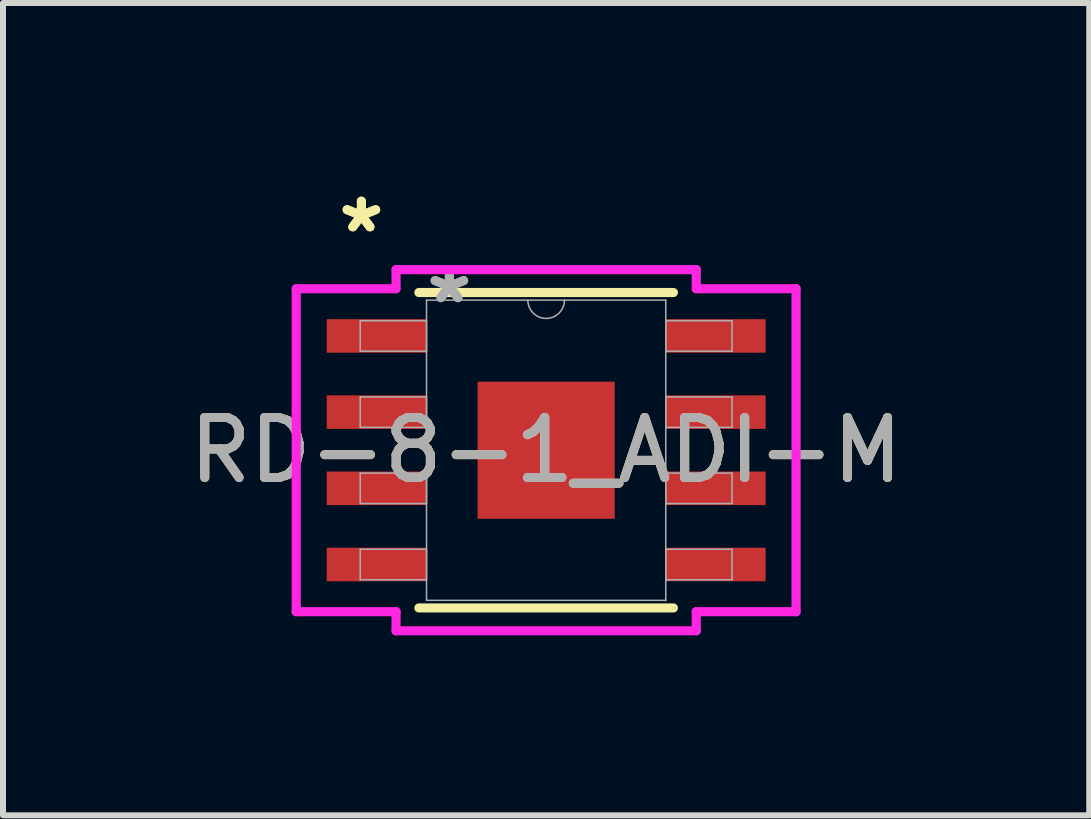
<source format=kicad_pcb>
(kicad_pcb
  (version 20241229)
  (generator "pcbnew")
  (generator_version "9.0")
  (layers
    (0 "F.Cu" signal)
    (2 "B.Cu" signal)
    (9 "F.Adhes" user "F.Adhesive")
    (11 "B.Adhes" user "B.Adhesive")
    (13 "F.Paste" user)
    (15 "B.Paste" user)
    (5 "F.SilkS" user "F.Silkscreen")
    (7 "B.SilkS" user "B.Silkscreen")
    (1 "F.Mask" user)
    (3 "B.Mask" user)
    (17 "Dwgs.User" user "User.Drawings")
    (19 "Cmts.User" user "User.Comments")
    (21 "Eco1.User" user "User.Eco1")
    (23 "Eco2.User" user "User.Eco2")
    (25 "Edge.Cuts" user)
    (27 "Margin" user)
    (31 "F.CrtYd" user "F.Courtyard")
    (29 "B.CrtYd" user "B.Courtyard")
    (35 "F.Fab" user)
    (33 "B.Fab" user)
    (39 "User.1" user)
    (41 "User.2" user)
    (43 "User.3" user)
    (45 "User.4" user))
  (footprint "RD-8-1_ADI-M"
    (layer "F.Cu")
    (at 6.054 4.455)
    (property "Reference" "RD-8-1_ADI-M" (at 0 0 0) (unlocked yes) (layer "F.SilkS") (effects (font (size 1 1) (thickness 0.15))))
    (attr smd)
    (fp_line (start -2.121 2.629) (end 2.121 2.629) (stroke (width 0.152) (type solid)) (layer "F.SilkS"))
    (fp_line (start 2.121 -2.629) (end -2.121 -2.629) (stroke (width 0.152) (type solid)) (layer "F.SilkS"))
    (fp_line (start -4.166 -2.692) (end -2.502 -2.692) (stroke (width 0.152) (type solid)) (layer "F.CrtYd"))
    (fp_line (start -4.166 2.692) (end -4.166 -2.692) (stroke (width 0.152) (type solid)) (layer "F.CrtYd"))
    (fp_line (start -4.166 2.692) (end -2.502 2.692) (stroke (width 0.152) (type solid)) (layer "F.CrtYd"))
    (fp_line (start -2.502 -3.01) (end 2.502 -3.01) (stroke (width 0.152) (type solid)) (layer "F.CrtYd"))
    (fp_line (start -2.502 -2.692) (end -2.502 -3.01) (stroke (width 0.152) (type solid)) (layer "F.CrtYd"))
    (fp_line (start -2.502 3.01) (end -2.502 2.692) (stroke (width 0.152) (type solid)) (layer "F.CrtYd"))
    (fp_line (start 2.502 -3.01) (end 2.502 -2.692) (stroke (width 0.152) (type solid)) (layer "F.CrtYd"))
    (fp_line (start 2.502 2.692) (end 2.502 3.01) (stroke (width 0.152) (type solid)) (layer "F.CrtYd"))
    (fp_line (start 2.502 3.01) (end -2.502 3.01) (stroke (width 0.152) (type solid)) (layer "F.CrtYd"))
    (fp_line (start 4.166 -2.692) (end 2.502 -2.692) (stroke (width 0.152) (type solid)) (layer "F.CrtYd"))
    (fp_line (start 4.166 -2.692) (end 4.166 2.692) (stroke (width 0.152) (type solid)) (layer "F.CrtYd"))
    (fp_line (start 4.166 2.692) (end 2.502 2.692) (stroke (width 0.152) (type solid)) (layer "F.CrtYd"))
    (fp_line (start -3.099 -2.159) (end -3.099 -1.651) (stroke (width 0.025) (type solid)) (layer "F.Fab"))
    (fp_line (start -3.099 -1.651) (end -1.994 -1.651) (stroke (width 0.025) (type solid)) (layer "F.Fab"))
    (fp_line (start -3.099 -0.889) (end -3.099 -0.381) (stroke (width 0.025) (type solid)) (layer "F.Fab"))
    (fp_line (start -3.099 -0.381) (end -1.994 -0.381) (stroke (width 0.025) (type solid)) (layer "F.Fab"))
    (fp_line (start -3.099 0.381) (end -3.099 0.889) (stroke (width 0.025) (type solid)) (layer "F.Fab"))
    (fp_line (start -3.099 0.889) (end -1.994 0.889) (stroke (width 0.025) (type solid)) (layer "F.Fab"))
    (fp_line (start -3.099 1.651) (end -3.099 2.159) (stroke (width 0.025) (type solid)) (layer "F.Fab"))
    (fp_line (start -3.099 2.159) (end -1.994 2.159) (stroke (width 0.025) (type solid)) (layer "F.Fab"))
    (fp_line (start -1.994 -2.502) (end -1.994 2.502) (stroke (width 0.025) (type solid)) (layer "F.Fab"))
    (fp_line (start -1.994 -2.159) (end -3.099 -2.159) (stroke (width 0.025) (type solid)) (layer "F.Fab"))
    (fp_line (start -1.994 -1.651) (end -1.994 -2.159) (stroke (width 0.025) (type solid)) (layer "F.Fab"))
    (fp_line (start -1.994 -0.889) (end -3.099 -0.889) (stroke (width 0.025) (type solid)) (layer "F.Fab"))
    (fp_line (start -1.994 -0.381) (end -1.994 -0.889) (stroke (width 0.025) (type solid)) (layer "F.Fab"))
    (fp_line (start -1.994 0.381) (end -3.099 0.381) (stroke (width 0.025) (type solid)) (layer "F.Fab"))
    (fp_line (start -1.994 0.889) (end -1.994 0.381) (stroke (width 0.025) (type solid)) (layer "F.Fab"))
    (fp_line (start -1.994 1.651) (end -3.099 1.651) (stroke (width 0.025) (type solid)) (layer "F.Fab"))
    (fp_line (start -1.994 2.159) (end -1.994 1.651) (stroke (width 0.025) (type solid)) (layer "F.Fab"))
    (fp_line (start -1.994 2.502) (end 1.994 2.502) (stroke (width 0.025) (type solid)) (layer "F.Fab"))
    (fp_line (start 1.994 -2.502) (end -1.994 -2.502) (stroke (width 0.025) (type solid)) (layer "F.Fab"))
    (fp_line (start 1.994 -2.159) (end 1.994 -1.651) (stroke (width 0.025) (type solid)) (layer "F.Fab"))
    (fp_line (start 1.994 -1.651) (end 3.099 -1.651) (stroke (width 0.025) (type solid)) (layer "F.Fab"))
    (fp_line (start 1.994 -0.889) (end 1.994 -0.381) (stroke (width 0.025) (type solid)) (layer "F.Fab"))
    (fp_line (start 1.994 -0.381) (end 3.099 -0.381) (stroke (width 0.025) (type solid)) (layer "F.Fab"))
    (fp_line (start 1.994 0.381) (end 1.994 0.889) (stroke (width 0.025) (type solid)) (layer "F.Fab"))
    (fp_line (start 1.994 0.889) (end 3.099 0.889) (stroke (width 0.025) (type solid)) (layer "F.Fab"))
    (fp_line (start 1.994 1.651) (end 1.994 2.159) (stroke (width 0.025) (type solid)) (layer "F.Fab"))
    (fp_line (start 1.994 2.159) (end 3.099 2.159) (stroke (width 0.025) (type solid)) (layer "F.Fab"))
    (fp_line (start 1.994 2.502) (end 1.994 -2.502) (stroke (width 0.025) (type solid)) (layer "F.Fab"))
    (fp_line (start 3.099 -2.159) (end 1.994 -2.159) (stroke (width 0.025) (type solid)) (layer "F.Fab"))
    (fp_line (start 3.099 -1.651) (end 3.099 -2.159) (stroke (width 0.025) (type solid)) (layer "F.Fab"))
    (fp_line (start 3.099 -0.889) (end 1.994 -0.889) (stroke (width 0.025) (type solid)) (layer "F.Fab"))
    (fp_line (start 3.099 -0.381) (end 3.099 -0.889) (stroke (width 0.025) (type solid)) (layer "F.Fab"))
    (fp_line (start 3.099 0.381) (end 1.994 0.381) (stroke (width 0.025) (type solid)) (layer "F.Fab"))
    (fp_line (start 3.099 0.889) (end 3.099 0.381) (stroke (width 0.025) (type solid)) (layer "F.Fab"))
    (fp_line (start 3.099 1.651) (end 1.994 1.651) (stroke (width 0.025) (type solid)) (layer "F.Fab"))
    (fp_line (start 3.099 2.159) (end 3.099 1.651) (stroke (width 0.025) (type solid)) (layer "F.Fab"))
    (fp_arc (start 0.3048 -2.5019) (mid 0 -2.1971) (end -0.3048 -2.5019) (stroke (width 0.0254) (type solid)) (layer "F.Fab"))
    (fp_text user "*" (at -3.08 -3.607 0) (unlocked yes) (layer "F.SilkS") (effects (font (size 1 1) (thickness 0.15))))
    (fp_text user "*" (at -3.08 -3.607 0) (layer "F.SilkS") (effects (font (size 1 1) (thickness 0.15))))
    (fp_text user "*" (at -1.613 -2.426 0) (unlocked yes) (layer "F.Fab") (effects (font (size 1 1) (thickness 0.15))))
    (fp_text user "*" (at -1.613 -2.426 0) (layer "F.Fab") (effects (font (size 1 1) (thickness 0.15))))
    (fp_text user "${REFERENCE}" (at 0 0 0) (unlocked yes) (layer "F.Fab") (effects (font (size 1 1) (thickness 0.15))))
    (pad "1" smd rect (at -2.826 -1.905) (size 1.664 0.559) (layers "F.Cu" "F.Mask" "F.Paste"))
    (pad "2" smd rect (at -2.826 -0.635) (size 1.664 0.559) (layers "F.Cu" "F.Mask" "F.Paste"))
    (pad "3" smd rect (at -2.826 0.635) (size 1.664 0.559) (layers "F.Cu" "F.Mask" "F.Paste"))
    (pad "4" smd rect (at -2.826 1.905) (size 1.664 0.559) (layers "F.Cu" "F.Mask" "F.Paste"))
    (pad "5" smd rect (at 2.826 1.905) (size 1.664 0.559) (layers "F.Cu" "F.Mask" "F.Paste"))
    (pad "6" smd rect (at 2.826 0.635) (size 1.664 0.559) (layers "F.Cu" "F.Mask" "F.Paste"))
    (pad "7" smd rect (at 2.826 -0.635) (size 1.664 0.559) (layers "F.Cu" "F.Mask" "F.Paste"))
    (pad "8" smd rect (at 2.826 -1.905) (size 1.664 0.559) (layers "F.Cu" "F.Mask" "F.Paste"))
    (pad "9" smd rect (at 0 0) (size 2.286 2.286) (layers "F.Cu" "F.Mask" "F.Paste")))
  (gr_rect
    (start -3 -3)
    (end 15.107 10.541)
    (stroke (width 0.1) (type default))
    (fill no)
    (layer "Edge.Cuts")))
</source>
